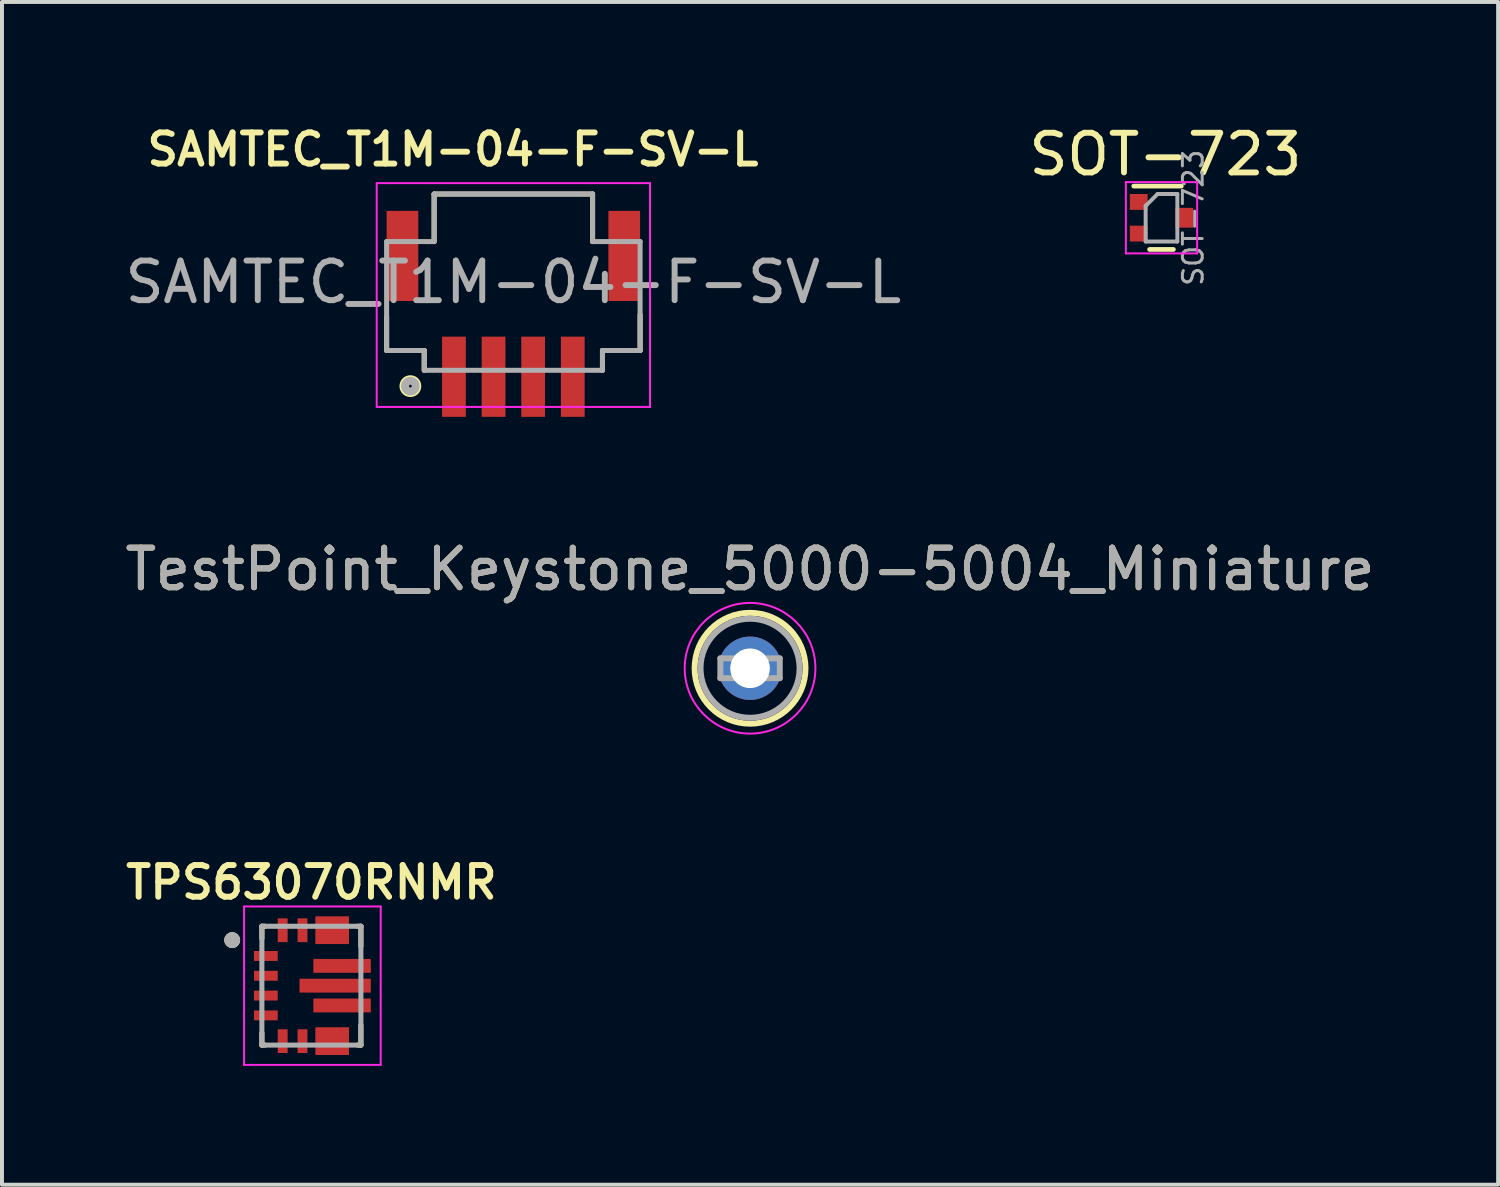
<source format=kicad_pcb>
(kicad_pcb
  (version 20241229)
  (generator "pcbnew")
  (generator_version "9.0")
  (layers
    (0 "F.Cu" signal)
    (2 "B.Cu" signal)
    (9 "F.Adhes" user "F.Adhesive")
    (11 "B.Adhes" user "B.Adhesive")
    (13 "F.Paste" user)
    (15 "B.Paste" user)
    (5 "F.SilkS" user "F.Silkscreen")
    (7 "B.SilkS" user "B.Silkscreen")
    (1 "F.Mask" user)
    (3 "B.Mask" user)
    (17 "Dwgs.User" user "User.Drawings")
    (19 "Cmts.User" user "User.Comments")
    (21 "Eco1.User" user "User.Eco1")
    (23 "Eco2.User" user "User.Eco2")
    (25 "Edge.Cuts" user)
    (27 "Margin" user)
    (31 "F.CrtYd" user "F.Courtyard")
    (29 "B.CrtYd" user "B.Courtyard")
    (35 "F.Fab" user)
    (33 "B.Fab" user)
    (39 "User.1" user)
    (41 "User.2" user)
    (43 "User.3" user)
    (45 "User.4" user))
  (footprint "SAMTEC_T1M-04-F-SV-L"
    (layer "F.Cu")
    (at 9.911 4.074)
    (property "Reference" "SAMTEC_T1M-04-F-SV-L" (at -1.525 -3.35 0) (layer "F.SilkS") (effects (font (size 0.787 0.787) (thickness 0.15))))
    (attr through_hole)
    (fp_line (start -3.2 0.875) (end -3.2 1.725) (stroke (width 0.127) (type solid)) (layer "F.SilkS"))
    (fp_line (start -3.2 1.725) (end -2.25 1.725) (stroke (width 0.127) (type solid)) (layer "F.SilkS"))
    (fp_line (start -2.25 1.725) (end -2.25 2.225) (stroke (width 0.127) (type solid)) (layer "F.SilkS"))
    (fp_line (start -2 -2.225) (end 2 -2.225) (stroke (width 0.127) (type solid)) (layer "F.SilkS"))
    (fp_line (start -2 -1.025) (end -2 -2.225) (stroke (width 0.127) (type solid)) (layer "F.SilkS"))
    (fp_line (start 2 -2.225) (end 2 -1.025) (stroke (width 0.127) (type solid)) (layer "F.SilkS"))
    (fp_line (start 2.25 1.725) (end 2.25 2.225) (stroke (width 0.127) (type solid)) (layer "F.SilkS"))
    (fp_line (start 3.2 0.825) (end 3.2 1.725) (stroke (width 0.127) (type solid)) (layer "F.SilkS"))
    (fp_line (start 3.2 1.725) (end 2.25 1.725) (stroke (width 0.127) (type solid)) (layer "F.SilkS"))
    (fp_circle (center -2.6 2.625) (end -2.6 2.7) (stroke (width 0.2) (type solid)) (fill no) (layer "F.SilkS"))
    (fp_line (start -3.45 -2.5) (end 3.45 -2.5) (stroke (width 0.05) (type solid)) (layer "F.CrtYd"))
    (fp_line (start -3.45 3.15) (end -3.45 -2.5) (stroke (width 0.05) (type solid)) (layer "F.CrtYd"))
    (fp_line (start 3.45 -2.5) (end 3.45 3.15) (stroke (width 0.05) (type solid)) (layer "F.CrtYd"))
    (fp_line (start 3.45 3.15) (end -3.45 3.15) (stroke (width 0.05) (type solid)) (layer "F.CrtYd"))
    (fp_line (start -3.2 -1.025) (end -2 -1.025) (stroke (width 0.127) (type solid)) (layer "F.Fab"))
    (fp_line (start -3.2 1.725) (end -3.2 -1.025) (stroke (width 0.127) (type solid)) (layer "F.Fab"))
    (fp_line (start -2.25 1.725) (end -3.2 1.725) (stroke (width 0.127) (type solid)) (layer "F.Fab"))
    (fp_line (start -2.25 2.225) (end -2.25 1.725) (stroke (width 0.127) (type solid)) (layer "F.Fab"))
    (fp_line (start -2 -2.225) (end 2 -2.225) (stroke (width 0.127) (type solid)) (layer "F.Fab"))
    (fp_line (start -2 -1.025) (end -2 -2.225) (stroke (width 0.127) (type solid)) (layer "F.Fab"))
    (fp_line (start 2 -2.225) (end 2 -1.025) (stroke (width 0.127) (type solid)) (layer "F.Fab"))
    (fp_line (start 2 -1.025) (end 3.2 -1.025) (stroke (width 0.127) (type solid)) (layer "F.Fab"))
    (fp_line (start 2.25 1.725) (end 2.25 2.225) (stroke (width 0.127) (type solid)) (layer "F.Fab"))
    (fp_line (start 2.25 2.225) (end -2.25 2.225) (stroke (width 0.127) (type solid)) (layer "F.Fab"))
    (fp_line (start 3.2 -1.025) (end 3.2 1.725) (stroke (width 0.127) (type solid)) (layer "F.Fab"))
    (fp_line (start 3.2 1.725) (end 2.25 1.725) (stroke (width 0.127) (type solid)) (layer "F.Fab"))
    (fp_circle (center -2.6 2.625) (end -2.465 2.625) (stroke (width 0.2) (type solid)) (fill no) (layer "F.Fab"))
    (fp_text user "${REFERENCE}" (at 0 0 0) (unlocked yes) (layer "F.Fab") (effects (font (size 1 1) (thickness 0.15))))
    (pad "1" smd rect (at -1.5 2.388) (size 0.6 2.025) (layers "F.Cu" "F.Mask" "F.Paste"))
    (pad "2" smd rect (at -0.5 2.388) (size 0.6 2.025) (layers "F.Cu" "F.Mask" "F.Paste"))
    (pad "3" smd rect (at 0.5 2.388) (size 0.6 2.025) (layers "F.Cu" "F.Mask" "F.Paste"))
    (pad "4" smd rect (at 1.5 2.388) (size 0.6 2.025) (layers "F.Cu" "F.Mask" "F.Paste"))
    (pad "G1" smd rect (at -2.8 -0.662) (size 0.8 2.275) (layers "F.Cu" "F.Mask" "F.Paste"))
    (pad "G2" smd rect (at 2.8 -0.662) (size 0.8 2.275) (layers "F.Cu" "F.Mask" "F.Paste")))
  (footprint "TestPoint_Keystone_5000-5004_Miniature"
    (layer "F.Cu")
    (at 15.887 13.822)
    (property "Reference" "TestPoint_Keystone_5000-5004_Miniature" (at 0 -2.5 0) (layer "F.SilkS") (effects (font (size 1 1) (thickness 0.15))))
    (attr through_hole)
    (fp_circle (center 0 0) (end 1.4 0) (stroke (width 0.15) (type solid)) (fill no) (layer "F.SilkS"))
    (fp_circle (center 0 0) (end 1.65 0) (stroke (width 0.05) (type solid)) (fill no) (layer "F.CrtYd"))
    (fp_line (start -0.75 -0.25) (end 0.75 -0.25) (stroke (width 0.15) (type solid)) (layer "F.Fab"))
    (fp_line (start -0.75 0.25) (end -0.75 -0.25) (stroke (width 0.15) (type solid)) (layer "F.Fab"))
    (fp_line (start 0.75 -0.25) (end 0.75 0.25) (stroke (width 0.15) (type solid)) (layer "F.Fab"))
    (fp_line (start 0.75 0.25) (end -0.75 0.25) (stroke (width 0.15) (type solid)) (layer "F.Fab"))
    (fp_circle (center 0 0) (end 1.25 0) (stroke (width 0.15) (type solid)) (fill no) (layer "F.Fab"))
    (fp_text user "${REFERENCE}" (at 0 -2.5 0) (layer "F.Fab") (effects (font (size 1 1) (thickness 0.15))))
    (pad "1" thru_hole circle (at 0 0) (size 1.6 1.6) (drill 1) (layers "*.Cu" "*.Mask")))
  (footprint "TPS63070RNMR"
    (layer "F.Cu")
    (at 4.812 21.836)
    (property "Reference" "TPS63070RNMR" (at 0 -2.608 0) (layer "F.SilkS") (effects (font (size 0.8 0.8) (thickness 0.15))))
    (attr through_hole)
    (fp_poly (pts (xy -1.5 -0.925) (xy -0.8 -0.925) (xy -0.8 -0.575) (xy -1.5 -0.575)) (stroke (width 0.01) (type solid)) (fill yes) (layer "F.Mask"))
    (fp_poly (pts (xy -1.5 -0.425) (xy -0.8 -0.425) (xy -0.8 -0.075) (xy -1.5 -0.075)) (stroke (width 0.01) (type solid)) (fill yes) (layer "F.Mask"))
    (fp_poly (pts (xy -1.5 0.075) (xy -0.8 0.075) (xy -0.8 0.425) (xy -1.5 0.425)) (stroke (width 0.01) (type solid)) (fill yes) (layer "F.Mask"))
    (fp_poly (pts (xy -1.5 0.575) (xy -0.8 0.575) (xy -0.8 0.925) (xy -1.5 0.925)) (stroke (width 0.01) (type solid)) (fill yes) (layer "F.Mask"))
    (fp_poly (pts (xy -0.9 -1.75) (xy -0.55 -1.75) (xy -0.55 -1.05) (xy -0.9 -1.05)) (stroke (width 0.01) (type solid)) (fill yes) (layer "F.Mask"))
    (fp_poly (pts (xy -0.9 1.05) (xy -0.55 1.05) (xy -0.55 1.75) (xy -0.9 1.75)) (stroke (width 0.01) (type solid)) (fill yes) (layer "F.Mask"))
    (fp_poly (pts (xy -0.4 -1.75) (xy -0.05 -1.75) (xy -0.05 -1.05) (xy -0.4 -1.05)) (stroke (width 0.01) (type solid)) (fill yes) (layer "F.Mask"))
    (fp_poly (pts (xy -0.4 1.05) (xy -0.05 1.05) (xy -0.05 1.75) (xy -0.4 1.75)) (stroke (width 0.01) (type solid)) (fill yes) (layer "F.Mask"))
    (fp_poly (pts (xy -0.25 -0.125) (xy 1.45 -0.125) (xy 1.45 0.125) (xy -0.25 0.125)) (stroke (width 0.01) (type solid)) (fill yes) (layer "F.Mask"))
    (fp_poly (pts (xy 0.1 -0.625) (xy 1.45 -0.625) (xy 1.45 -0.375) (xy 0.1 -0.375)) (stroke (width 0.01) (type solid)) (fill yes) (layer "F.Mask"))
    (fp_poly (pts (xy 0.1 0.375) (xy 1.45 0.375) (xy 1.45 0.625) (xy 0.1 0.625)) (stroke (width 0.01) (type solid)) (fill yes) (layer "F.Mask"))
    (fp_poly (pts (xy 0.15 1.1) (xy 0.9 1.1) (xy 0.9 1.7) (xy 0.65 1.7) (xy 0.65 1.35) (xy 0.4 1.35) (xy 0.4 1.7) (xy 0.15 1.7)) (stroke (width 0.01) (type solid)) (fill yes) (layer "F.Mask"))
    (fp_poly (pts (xy 0.9 -1.1) (xy 0.15 -1.1) (xy 0.15 -1.7) (xy 0.4 -1.7) (xy 0.4 -1.35) (xy 0.65 -1.35) (xy 0.65 -1.7) (xy 0.9 -1.7)) (stroke (width 0.01) (type solid)) (fill yes) (layer "F.Mask"))
    (fp_line (start -1.25 -1.5) (end -1.25 -1.195) (stroke (width 0.127) (type solid)) (layer "F.SilkS"))
    (fp_line (start -1.25 1.5) (end -1.25 1.195) (stroke (width 0.127) (type solid)) (layer "F.SilkS"))
    (fp_line (start -1.17 -1.5) (end -1.25 -1.5) (stroke (width 0.127) (type solid)) (layer "F.SilkS"))
    (fp_line (start -1.17 1.5) (end -1.25 1.5) (stroke (width 0.127) (type solid)) (layer "F.SilkS"))
    (fp_line (start 1.17 -1.5) (end 1.25 -1.5) (stroke (width 0.127) (type solid)) (layer "F.SilkS"))
    (fp_line (start 1.25 -1.5) (end 1.25 -0.995) (stroke (width 0.127) (type solid)) (layer "F.SilkS"))
    (fp_line (start 1.25 0.995) (end 1.25 1.5) (stroke (width 0.127) (type solid)) (layer "F.SilkS"))
    (fp_line (start 1.25 1.5) (end 1.17 1.5) (stroke (width 0.127) (type solid)) (layer "F.SilkS"))
    (fp_circle (center -2 -1.15) (end -1.9 -1.15) (stroke (width 0.2) (type solid)) (fill no) (layer "F.SilkS"))
    (fp_poly (pts (xy -0.22 -0.125) (xy 0.5 -0.125) (xy 0.5 0.125) (xy -0.22 0.125)) (stroke (width 0.01) (type solid)) (fill yes) (layer "F.Paste"))
    (fp_poly (pts (xy 0.101 -0.625) (xy 0.675 -0.625) (xy 0.675 -0.375) (xy 0.101 -0.375)) (stroke (width 0.01) (type solid)) (fill yes) (layer "F.Paste"))
    (fp_poly (pts (xy 0.101 0.375) (xy 0.675 0.375) (xy 0.675 0.625) (xy 0.101 0.625)) (stroke (width 0.01) (type solid)) (fill yes) (layer "F.Paste"))
    (fp_poly (pts (xy 0.7 -0.125) (xy 1.42 -0.125) (xy 1.42 0.125) (xy 0.7 0.125)) (stroke (width 0.01) (type solid)) (fill yes) (layer "F.Paste"))
    (fp_poly (pts (xy 0.875 -0.625) (xy 1.45 -0.625) (xy 1.45 -0.375) (xy 0.875 -0.375)) (stroke (width 0.01) (type solid)) (fill yes) (layer "F.Paste"))
    (fp_poly (pts (xy 0.875 0.375) (xy 1.45 0.375) (xy 1.45 0.625) (xy 0.875 0.625)) (stroke (width 0.01) (type solid)) (fill yes) (layer "F.Paste"))
    (fp_poly (pts (xy 0.15 1.1) (xy 0.9 1.1) (xy 0.9 1.7) (xy 0.65 1.7) (xy 0.65 1.35) (xy 0.4 1.35) (xy 0.4 1.7) (xy 0.15 1.7)) (stroke (width 0.01) (type solid)) (fill yes) (layer "F.Paste"))
    (fp_poly (pts (xy 0.9 -1.1) (xy 0.15 -1.1) (xy 0.15 -1.7) (xy 0.4 -1.7) (xy 0.4 -1.35) (xy 0.65 -1.35) (xy 0.65 -1.7) (xy 0.9 -1.7)) (stroke (width 0.01) (type solid)) (fill yes) (layer "F.Paste"))
    (fp_line (start -1.7 -2) (end 1.75 -2) (stroke (width 0.05) (type solid)) (layer "F.CrtYd"))
    (fp_line (start -1.7 2) (end -1.7 -2) (stroke (width 0.05) (type solid)) (layer "F.CrtYd"))
    (fp_line (start 1.75 -2) (end 1.75 2) (stroke (width 0.05) (type solid)) (layer "F.CrtYd"))
    (fp_line (start 1.75 2) (end -1.7 2) (stroke (width 0.05) (type solid)) (layer "F.CrtYd"))
    (fp_line (start -1.25 -1.5) (end 1.25 -1.5) (stroke (width 0.127) (type solid)) (layer "F.Fab"))
    (fp_line (start -1.25 1.5) (end -1.25 -1.5) (stroke (width 0.127) (type solid)) (layer "F.Fab"))
    (fp_line (start 1.25 -1.5) (end 1.25 1.5) (stroke (width 0.127) (type solid)) (layer "F.Fab"))
    (fp_line (start 1.25 1.5) (end -1.25 1.5) (stroke (width 0.127) (type solid)) (layer "F.Fab"))
    (fp_circle (center -2 -1.15) (end -1.9 -1.15) (stroke (width 0.2) (type solid)) (fill no) (layer "F.Fab"))
    (pad "1" smd roundrect (at -1.15 -0.75) (size 0.6 0.25) (layers "F.Cu" "F.Paste") (roundrect_rratio 0.01))
    (pad "2" smd roundrect (at -1.15 -0.25) (size 0.6 0.25) (layers "F.Cu" "F.Paste") (roundrect_rratio 0.01))
    (pad "3" smd roundrect (at -1.15 0.25) (size 0.6 0.25) (layers "F.Cu" "F.Paste") (roundrect_rratio 0.01))
    (pad "4" smd roundrect (at -1.15 0.75) (size 0.6 0.25) (layers "F.Cu" "F.Paste") (roundrect_rratio 0.01))
    (pad "5" smd roundrect (at -0.725 1.4) (size 0.25 0.6) (layers "F.Cu" "F.Paste") (roundrect_rratio 0.01))
    (pad "6" smd roundrect (at -0.225 1.4) (size 0.25 0.6) (layers "F.Cu" "F.Paste") (roundrect_rratio 0.01))
    (pad "7" smd roundrect (at 0.525 1.4) (size 0.85 0.7) (layers "F.Cu") (roundrect_rratio 0.02))
    (pad "9" smd roundrect (at 0.775 0.5) (size 1.45 0.35) (layers "F.Cu") (roundrect_rratio 0.01))
    (pad "10" smd roundrect (at 0.6 0) (size 1.8 0.35) (layers "F.Cu") (roundrect_rratio 0.01))
    (pad "11" smd roundrect (at 0.775 -0.5) (size 1.45 0.35) (layers "F.Cu") (roundrect_rratio 0.01))
    (pad "12" smd roundrect (at 0.525 -1.4) (size 0.85 0.7) (layers "F.Cu") (roundrect_rratio 0.02))
    (pad "14" smd roundrect (at -0.225 -1.4) (size 0.25 0.6) (layers "F.Cu" "F.Paste") (roundrect_rratio 0.01))
    (pad "15" smd roundrect (at -0.725 -1.4) (size 0.25 0.6) (layers "F.Cu" "F.Paste") (roundrect_rratio 0.01)))
  (footprint "SOT-723"
    (layer "F.Cu")
    (at 26.275 2.448)
    (property "Reference" "SOT-723" (at 0.1 -1.6 0) (layer "F.SilkS") (effects (font (size 1 1) (thickness 0.15))))
    (attr smd)
    (fp_line (start 0.3 0.8) (end -0.3 0.8) (stroke (width 0.12) (type solid)) (layer "F.SilkS"))
    (fp_line (start 0.5 -0.8) (end -0.7 -0.8) (stroke (width 0.12) (type solid)) (layer "F.SilkS"))
    (fp_line (start -0.9 -0.9) (end -0.9 -0.9) (stroke (width 0.05) (type solid)) (layer "F.CrtYd"))
    (fp_line (start -0.9 -0.9) (end 0.9 -0.9) (stroke (width 0.05) (type solid)) (layer "F.CrtYd"))
    (fp_line (start -0.9 0.9) (end -0.9 -0.9) (stroke (width 0.05) (type solid)) (layer "F.CrtYd"))
    (fp_line (start 0.9 -0.9) (end 0.9 0.9) (stroke (width 0.05) (type solid)) (layer "F.CrtYd"))
    (fp_line (start 0.9 0.9) (end -0.9 0.9) (stroke (width 0.05) (type solid)) (layer "F.CrtYd"))
    (fp_line (start -0.4 -0.3) (end -0.1 -0.6) (stroke (width 0.1) (type solid)) (layer "F.Fab"))
    (fp_line (start -0.4 0.6) (end -0.4 -0.3) (stroke (width 0.1) (type solid)) (layer "F.Fab"))
    (fp_line (start -0.1 -0.6) (end 0.4 -0.6) (stroke (width 0.1) (type solid)) (layer "F.Fab"))
    (fp_line (start 0.4 -0.6) (end 0.4 0.6) (stroke (width 0.1) (type solid)) (layer "F.Fab"))
    (fp_line (start 0.4 0.6) (end -0.4 0.6) (stroke (width 0.1) (type solid)) (layer "F.Fab"))
    (fp_text user "${REFERENCE}" (at 0.8 0 90) (layer "F.Fab") (effects (font (size 0.5 0.5) (thickness 0.075))))
    (pad "1" smd rect (at -0.575 -0.4) (size 0.45 0.4) (layers "F.Cu" "F.Mask" "F.Paste"))
    (pad "2" smd rect (at -0.575 0.4) (size 0.45 0.4) (layers "F.Cu" "F.Mask" "F.Paste"))
    (pad "3" smd rect (at 0.575 0) (size 0.45 0.5) (layers "F.Cu" "F.Mask" "F.Paste")))
  (gr_rect
    (start -3 -3)
    (end 34.774 26.861)
    (stroke (width 0.1) (type default))
    (fill no)
    (layer "Edge.Cuts")))
</source>
